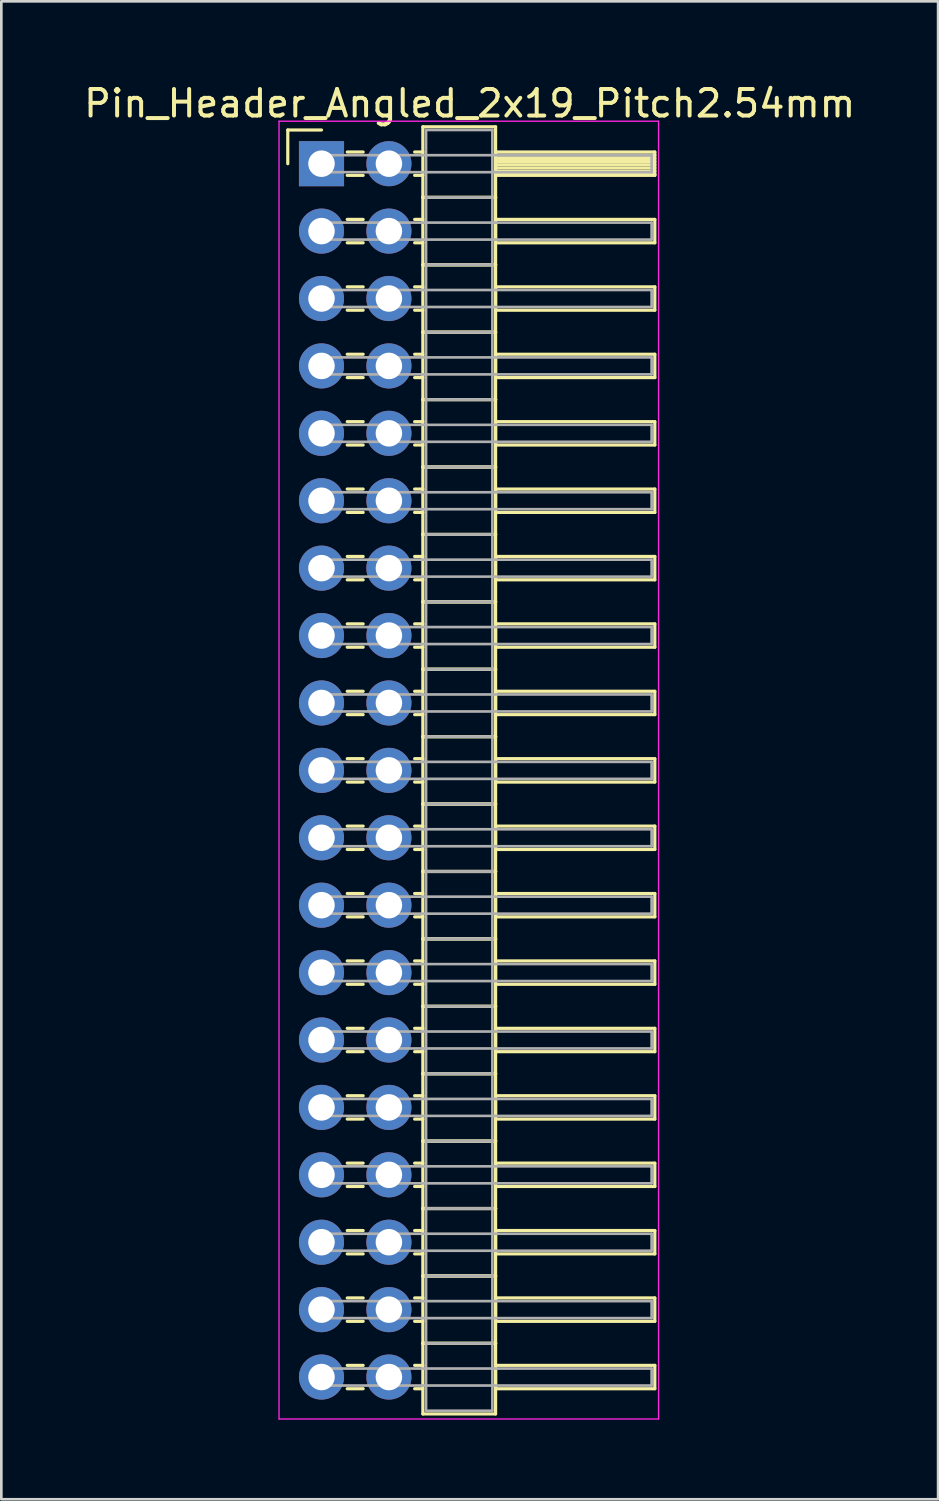
<source format=kicad_pcb>
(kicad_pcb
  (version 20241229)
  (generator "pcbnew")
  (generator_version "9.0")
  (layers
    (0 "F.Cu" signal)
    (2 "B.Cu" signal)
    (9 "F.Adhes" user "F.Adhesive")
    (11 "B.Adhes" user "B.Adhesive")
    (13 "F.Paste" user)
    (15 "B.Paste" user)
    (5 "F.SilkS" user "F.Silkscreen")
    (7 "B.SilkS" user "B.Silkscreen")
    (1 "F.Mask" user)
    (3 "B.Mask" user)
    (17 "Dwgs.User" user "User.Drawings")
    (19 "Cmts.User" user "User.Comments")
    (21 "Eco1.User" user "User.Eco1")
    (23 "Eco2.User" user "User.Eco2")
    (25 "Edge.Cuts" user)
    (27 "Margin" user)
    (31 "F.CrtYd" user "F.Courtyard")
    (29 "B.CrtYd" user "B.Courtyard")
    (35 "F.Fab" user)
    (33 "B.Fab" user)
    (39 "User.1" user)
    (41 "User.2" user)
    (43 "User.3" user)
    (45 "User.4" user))
  (footprint "Pin_Header_Angled_2x19_Pitch2.54mm"
    (layer "F.Cu")
    (at 9.064 3.118)
    (property "Reference" "Pin_Header_Angled_2x19_Pitch2.54mm" (at 5.585 -2.27 0) (layer "F.SilkS") (effects (font (size 1 1) (thickness 0.15))))
    (attr through_hole)
    (fp_line (start -1.27 -1.27) (end 0 -1.27) (stroke (width 0.12) (type solid)) (layer "F.SilkS"))
    (fp_line (start -1.27 0) (end -1.27 -1.27) (stroke (width 0.12) (type solid)) (layer "F.SilkS"))
    (fp_line (start 0.97 -0.44) (end 1.57 -0.44) (stroke (width 0.12) (type solid)) (layer "F.SilkS"))
    (fp_line (start 0.97 0.44) (end 1.57 0.44) (stroke (width 0.12) (type solid)) (layer "F.SilkS"))
    (fp_line (start 0.97 2.1) (end 1.57 2.1) (stroke (width 0.12) (type solid)) (layer "F.SilkS"))
    (fp_line (start 0.97 2.98) (end 1.57 2.98) (stroke (width 0.12) (type solid)) (layer "F.SilkS"))
    (fp_line (start 0.97 4.64) (end 1.57 4.64) (stroke (width 0.12) (type solid)) (layer "F.SilkS"))
    (fp_line (start 0.97 5.52) (end 1.57 5.52) (stroke (width 0.12) (type solid)) (layer "F.SilkS"))
    (fp_line (start 0.97 7.18) (end 1.57 7.18) (stroke (width 0.12) (type solid)) (layer "F.SilkS"))
    (fp_line (start 0.97 8.06) (end 1.57 8.06) (stroke (width 0.12) (type solid)) (layer "F.SilkS"))
    (fp_line (start 0.97 9.72) (end 1.57 9.72) (stroke (width 0.12) (type solid)) (layer "F.SilkS"))
    (fp_line (start 0.97 10.6) (end 1.57 10.6) (stroke (width 0.12) (type solid)) (layer "F.SilkS"))
    (fp_line (start 0.97 12.26) (end 1.57 12.26) (stroke (width 0.12) (type solid)) (layer "F.SilkS"))
    (fp_line (start 0.97 13.14) (end 1.57 13.14) (stroke (width 0.12) (type solid)) (layer "F.SilkS"))
    (fp_line (start 0.97 14.8) (end 1.57 14.8) (stroke (width 0.12) (type solid)) (layer "F.SilkS"))
    (fp_line (start 0.97 15.68) (end 1.57 15.68) (stroke (width 0.12) (type solid)) (layer "F.SilkS"))
    (fp_line (start 0.97 17.34) (end 1.57 17.34) (stroke (width 0.12) (type solid)) (layer "F.SilkS"))
    (fp_line (start 0.97 18.22) (end 1.57 18.22) (stroke (width 0.12) (type solid)) (layer "F.SilkS"))
    (fp_line (start 0.97 19.88) (end 1.57 19.88) (stroke (width 0.12) (type solid)) (layer "F.SilkS"))
    (fp_line (start 0.97 20.76) (end 1.57 20.76) (stroke (width 0.12) (type solid)) (layer "F.SilkS"))
    (fp_line (start 0.97 22.42) (end 1.57 22.42) (stroke (width 0.12) (type solid)) (layer "F.SilkS"))
    (fp_line (start 0.97 23.3) (end 1.57 23.3) (stroke (width 0.12) (type solid)) (layer "F.SilkS"))
    (fp_line (start 0.97 24.96) (end 1.57 24.96) (stroke (width 0.12) (type solid)) (layer "F.SilkS"))
    (fp_line (start 0.97 25.84) (end 1.57 25.84) (stroke (width 0.12) (type solid)) (layer "F.SilkS"))
    (fp_line (start 0.97 27.5) (end 1.57 27.5) (stroke (width 0.12) (type solid)) (layer "F.SilkS"))
    (fp_line (start 0.97 28.38) (end 1.57 28.38) (stroke (width 0.12) (type solid)) (layer "F.SilkS"))
    (fp_line (start 0.97 30.04) (end 1.57 30.04) (stroke (width 0.12) (type solid)) (layer "F.SilkS"))
    (fp_line (start 0.97 30.92) (end 1.57 30.92) (stroke (width 0.12) (type solid)) (layer "F.SilkS"))
    (fp_line (start 0.97 32.58) (end 1.57 32.58) (stroke (width 0.12) (type solid)) (layer "F.SilkS"))
    (fp_line (start 0.97 33.46) (end 1.57 33.46) (stroke (width 0.12) (type solid)) (layer "F.SilkS"))
    (fp_line (start 0.97 35.12) (end 1.57 35.12) (stroke (width 0.12) (type solid)) (layer "F.SilkS"))
    (fp_line (start 0.97 36) (end 1.57 36) (stroke (width 0.12) (type solid)) (layer "F.SilkS"))
    (fp_line (start 0.97 37.66) (end 1.57 37.66) (stroke (width 0.12) (type solid)) (layer "F.SilkS"))
    (fp_line (start 0.97 38.54) (end 1.57 38.54) (stroke (width 0.12) (type solid)) (layer "F.SilkS"))
    (fp_line (start 0.97 40.2) (end 1.57 40.2) (stroke (width 0.12) (type solid)) (layer "F.SilkS"))
    (fp_line (start 0.97 41.08) (end 1.57 41.08) (stroke (width 0.12) (type solid)) (layer "F.SilkS"))
    (fp_line (start 0.97 42.74) (end 1.57 42.74) (stroke (width 0.12) (type solid)) (layer "F.SilkS"))
    (fp_line (start 0.97 43.62) (end 1.57 43.62) (stroke (width 0.12) (type solid)) (layer "F.SilkS"))
    (fp_line (start 0.97 45.28) (end 1.57 45.28) (stroke (width 0.12) (type solid)) (layer "F.SilkS"))
    (fp_line (start 0.97 46.16) (end 1.57 46.16) (stroke (width 0.12) (type solid)) (layer "F.SilkS"))
    (fp_line (start 3.51 -0.44) (end 3.82 -0.44) (stroke (width 0.12) (type solid)) (layer "F.SilkS"))
    (fp_line (start 3.51 0.44) (end 3.82 0.44) (stroke (width 0.12) (type solid)) (layer "F.SilkS"))
    (fp_line (start 3.51 2.1) (end 3.82 2.1) (stroke (width 0.12) (type solid)) (layer "F.SilkS"))
    (fp_line (start 3.51 2.98) (end 3.82 2.98) (stroke (width 0.12) (type solid)) (layer "F.SilkS"))
    (fp_line (start 3.51 4.64) (end 3.82 4.64) (stroke (width 0.12) (type solid)) (layer "F.SilkS"))
    (fp_line (start 3.51 5.52) (end 3.82 5.52) (stroke (width 0.12) (type solid)) (layer "F.SilkS"))
    (fp_line (start 3.51 7.18) (end 3.82 7.18) (stroke (width 0.12) (type solid)) (layer "F.SilkS"))
    (fp_line (start 3.51 8.06) (end 3.82 8.06) (stroke (width 0.12) (type solid)) (layer "F.SilkS"))
    (fp_line (start 3.51 9.72) (end 3.82 9.72) (stroke (width 0.12) (type solid)) (layer "F.SilkS"))
    (fp_line (start 3.51 10.6) (end 3.82 10.6) (stroke (width 0.12) (type solid)) (layer "F.SilkS"))
    (fp_line (start 3.51 12.26) (end 3.82 12.26) (stroke (width 0.12) (type solid)) (layer "F.SilkS"))
    (fp_line (start 3.51 13.14) (end 3.82 13.14) (stroke (width 0.12) (type solid)) (layer "F.SilkS"))
    (fp_line (start 3.51 14.8) (end 3.82 14.8) (stroke (width 0.12) (type solid)) (layer "F.SilkS"))
    (fp_line (start 3.51 15.68) (end 3.82 15.68) (stroke (width 0.12) (type solid)) (layer "F.SilkS"))
    (fp_line (start 3.51 17.34) (end 3.82 17.34) (stroke (width 0.12) (type solid)) (layer "F.SilkS"))
    (fp_line (start 3.51 18.22) (end 3.82 18.22) (stroke (width 0.12) (type solid)) (layer "F.SilkS"))
    (fp_line (start 3.51 19.88) (end 3.82 19.88) (stroke (width 0.12) (type solid)) (layer "F.SilkS"))
    (fp_line (start 3.51 20.76) (end 3.82 20.76) (stroke (width 0.12) (type solid)) (layer "F.SilkS"))
    (fp_line (start 3.51 22.42) (end 3.82 22.42) (stroke (width 0.12) (type solid)) (layer "F.SilkS"))
    (fp_line (start 3.51 23.3) (end 3.82 23.3) (stroke (width 0.12) (type solid)) (layer "F.SilkS"))
    (fp_line (start 3.51 24.96) (end 3.82 24.96) (stroke (width 0.12) (type solid)) (layer "F.SilkS"))
    (fp_line (start 3.51 25.84) (end 3.82 25.84) (stroke (width 0.12) (type solid)) (layer "F.SilkS"))
    (fp_line (start 3.51 27.5) (end 3.82 27.5) (stroke (width 0.12) (type solid)) (layer "F.SilkS"))
    (fp_line (start 3.51 28.38) (end 3.82 28.38) (stroke (width 0.12) (type solid)) (layer "F.SilkS"))
    (fp_line (start 3.51 30.04) (end 3.82 30.04) (stroke (width 0.12) (type solid)) (layer "F.SilkS"))
    (fp_line (start 3.51 30.92) (end 3.82 30.92) (stroke (width 0.12) (type solid)) (layer "F.SilkS"))
    (fp_line (start 3.51 32.58) (end 3.82 32.58) (stroke (width 0.12) (type solid)) (layer "F.SilkS"))
    (fp_line (start 3.51 33.46) (end 3.82 33.46) (stroke (width 0.12) (type solid)) (layer "F.SilkS"))
    (fp_line (start 3.51 35.12) (end 3.82 35.12) (stroke (width 0.12) (type solid)) (layer "F.SilkS"))
    (fp_line (start 3.51 36) (end 3.82 36) (stroke (width 0.12) (type solid)) (layer "F.SilkS"))
    (fp_line (start 3.51 37.66) (end 3.82 37.66) (stroke (width 0.12) (type solid)) (layer "F.SilkS"))
    (fp_line (start 3.51 38.54) (end 3.82 38.54) (stroke (width 0.12) (type solid)) (layer "F.SilkS"))
    (fp_line (start 3.51 40.2) (end 3.82 40.2) (stroke (width 0.12) (type solid)) (layer "F.SilkS"))
    (fp_line (start 3.51 41.08) (end 3.82 41.08) (stroke (width 0.12) (type solid)) (layer "F.SilkS"))
    (fp_line (start 3.51 42.74) (end 3.82 42.74) (stroke (width 0.12) (type solid)) (layer "F.SilkS"))
    (fp_line (start 3.51 43.62) (end 3.82 43.62) (stroke (width 0.12) (type solid)) (layer "F.SilkS"))
    (fp_line (start 3.51 45.28) (end 3.82 45.28) (stroke (width 0.12) (type solid)) (layer "F.SilkS"))
    (fp_line (start 3.51 46.16) (end 3.82 46.16) (stroke (width 0.12) (type solid)) (layer "F.SilkS"))
    (fp_line (start 3.82 -1.39) (end 3.82 1.27) (stroke (width 0.12) (type solid)) (layer "F.SilkS"))
    (fp_line (start 3.82 1.27) (end 3.82 3.81) (stroke (width 0.12) (type solid)) (layer "F.SilkS"))
    (fp_line (start 3.82 1.27) (end 6.56 1.27) (stroke (width 0.12) (type solid)) (layer "F.SilkS"))
    (fp_line (start 3.82 3.81) (end 3.82 6.35) (stroke (width 0.12) (type solid)) (layer "F.SilkS"))
    (fp_line (start 3.82 3.81) (end 6.56 3.81) (stroke (width 0.12) (type solid)) (layer "F.SilkS"))
    (fp_line (start 3.82 6.35) (end 3.82 8.89) (stroke (width 0.12) (type solid)) (layer "F.SilkS"))
    (fp_line (start 3.82 6.35) (end 6.56 6.35) (stroke (width 0.12) (type solid)) (layer "F.SilkS"))
    (fp_line (start 3.82 8.89) (end 3.82 11.43) (stroke (width 0.12) (type solid)) (layer "F.SilkS"))
    (fp_line (start 3.82 8.89) (end 6.56 8.89) (stroke (width 0.12) (type solid)) (layer "F.SilkS"))
    (fp_line (start 3.82 11.43) (end 3.82 13.97) (stroke (width 0.12) (type solid)) (layer "F.SilkS"))
    (fp_line (start 3.82 11.43) (end 6.56 11.43) (stroke (width 0.12) (type solid)) (layer "F.SilkS"))
    (fp_line (start 3.82 13.97) (end 3.82 16.51) (stroke (width 0.12) (type solid)) (layer "F.SilkS"))
    (fp_line (start 3.82 13.97) (end 6.56 13.97) (stroke (width 0.12) (type solid)) (layer "F.SilkS"))
    (fp_line (start 3.82 16.51) (end 3.82 19.05) (stroke (width 0.12) (type solid)) (layer "F.SilkS"))
    (fp_line (start 3.82 16.51) (end 6.56 16.51) (stroke (width 0.12) (type solid)) (layer "F.SilkS"))
    (fp_line (start 3.82 19.05) (end 3.82 21.59) (stroke (width 0.12) (type solid)) (layer "F.SilkS"))
    (fp_line (start 3.82 19.05) (end 6.56 19.05) (stroke (width 0.12) (type solid)) (layer "F.SilkS"))
    (fp_line (start 3.82 21.59) (end 3.82 24.13) (stroke (width 0.12) (type solid)) (layer "F.SilkS"))
    (fp_line (start 3.82 21.59) (end 6.56 21.59) (stroke (width 0.12) (type solid)) (layer "F.SilkS"))
    (fp_line (start 3.82 24.13) (end 3.82 26.67) (stroke (width 0.12) (type solid)) (layer "F.SilkS"))
    (fp_line (start 3.82 24.13) (end 6.56 24.13) (stroke (width 0.12) (type solid)) (layer "F.SilkS"))
    (fp_line (start 3.82 26.67) (end 3.82 29.21) (stroke (width 0.12) (type solid)) (layer "F.SilkS"))
    (fp_line (start 3.82 26.67) (end 6.56 26.67) (stroke (width 0.12) (type solid)) (layer "F.SilkS"))
    (fp_line (start 3.82 29.21) (end 3.82 31.75) (stroke (width 0.12) (type solid)) (layer "F.SilkS"))
    (fp_line (start 3.82 29.21) (end 6.56 29.21) (stroke (width 0.12) (type solid)) (layer "F.SilkS"))
    (fp_line (start 3.82 31.75) (end 3.82 34.29) (stroke (width 0.12) (type solid)) (layer "F.SilkS"))
    (fp_line (start 3.82 31.75) (end 6.56 31.75) (stroke (width 0.12) (type solid)) (layer "F.SilkS"))
    (fp_line (start 3.82 34.29) (end 3.82 36.83) (stroke (width 0.12) (type solid)) (layer "F.SilkS"))
    (fp_line (start 3.82 34.29) (end 6.56 34.29) (stroke (width 0.12) (type solid)) (layer "F.SilkS"))
    (fp_line (start 3.82 36.83) (end 3.82 39.37) (stroke (width 0.12) (type solid)) (layer "F.SilkS"))
    (fp_line (start 3.82 36.83) (end 6.56 36.83) (stroke (width 0.12) (type solid)) (layer "F.SilkS"))
    (fp_line (start 3.82 39.37) (end 3.82 41.91) (stroke (width 0.12) (type solid)) (layer "F.SilkS"))
    (fp_line (start 3.82 39.37) (end 6.56 39.37) (stroke (width 0.12) (type solid)) (layer "F.SilkS"))
    (fp_line (start 3.82 41.91) (end 3.82 44.45) (stroke (width 0.12) (type solid)) (layer "F.SilkS"))
    (fp_line (start 3.82 41.91) (end 6.56 41.91) (stroke (width 0.12) (type solid)) (layer "F.SilkS"))
    (fp_line (start 3.82 44.45) (end 3.82 47.11) (stroke (width 0.12) (type solid)) (layer "F.SilkS"))
    (fp_line (start 3.82 44.45) (end 6.56 44.45) (stroke (width 0.12) (type solid)) (layer "F.SilkS"))
    (fp_line (start 3.82 47.11) (end 6.56 47.11) (stroke (width 0.12) (type solid)) (layer "F.SilkS"))
    (fp_line (start 6.56 -1.39) (end 3.82 -1.39) (stroke (width 0.12) (type solid)) (layer "F.SilkS"))
    (fp_line (start 6.56 -0.44) (end 6.56 0.44) (stroke (width 0.12) (type solid)) (layer "F.SilkS"))
    (fp_line (start 6.56 -0.32) (end 12.56 -0.32) (stroke (width 0.12) (type solid)) (layer "F.SilkS"))
    (fp_line (start 6.56 -0.2) (end 12.56 -0.2) (stroke (width 0.12) (type solid)) (layer "F.SilkS"))
    (fp_line (start 6.56 -0.08) (end 12.56 -0.08) (stroke (width 0.12) (type solid)) (layer "F.SilkS"))
    (fp_line (start 6.56 0.04) (end 12.56 0.04) (stroke (width 0.12) (type solid)) (layer "F.SilkS"))
    (fp_line (start 6.56 0.16) (end 12.56 0.16) (stroke (width 0.12) (type solid)) (layer "F.SilkS"))
    (fp_line (start 6.56 0.28) (end 12.56 0.28) (stroke (width 0.12) (type solid)) (layer "F.SilkS"))
    (fp_line (start 6.56 0.4) (end 12.56 0.4) (stroke (width 0.12) (type solid)) (layer "F.SilkS"))
    (fp_line (start 6.56 0.44) (end 12.56 0.44) (stroke (width 0.12) (type solid)) (layer "F.SilkS"))
    (fp_line (start 6.56 1.27) (end 3.82 1.27) (stroke (width 0.12) (type solid)) (layer "F.SilkS"))
    (fp_line (start 6.56 1.27) (end 6.56 -1.39) (stroke (width 0.12) (type solid)) (layer "F.SilkS"))
    (fp_line (start 6.56 2.1) (end 6.56 2.98) (stroke (width 0.12) (type solid)) (layer "F.SilkS"))
    (fp_line (start 6.56 2.98) (end 12.56 2.98) (stroke (width 0.12) (type solid)) (layer "F.SilkS"))
    (fp_line (start 6.56 3.81) (end 3.82 3.81) (stroke (width 0.12) (type solid)) (layer "F.SilkS"))
    (fp_line (start 6.56 3.81) (end 6.56 1.27) (stroke (width 0.12) (type solid)) (layer "F.SilkS"))
    (fp_line (start 6.56 4.64) (end 6.56 5.52) (stroke (width 0.12) (type solid)) (layer "F.SilkS"))
    (fp_line (start 6.56 5.52) (end 12.56 5.52) (stroke (width 0.12) (type solid)) (layer "F.SilkS"))
    (fp_line (start 6.56 6.35) (end 3.82 6.35) (stroke (width 0.12) (type solid)) (layer "F.SilkS"))
    (fp_line (start 6.56 6.35) (end 6.56 3.81) (stroke (width 0.12) (type solid)) (layer "F.SilkS"))
    (fp_line (start 6.56 7.18) (end 6.56 8.06) (stroke (width 0.12) (type solid)) (layer "F.SilkS"))
    (fp_line (start 6.56 8.06) (end 12.56 8.06) (stroke (width 0.12) (type solid)) (layer "F.SilkS"))
    (fp_line (start 6.56 8.89) (end 3.82 8.89) (stroke (width 0.12) (type solid)) (layer "F.SilkS"))
    (fp_line (start 6.56 8.89) (end 6.56 6.35) (stroke (width 0.12) (type solid)) (layer "F.SilkS"))
    (fp_line (start 6.56 9.72) (end 6.56 10.6) (stroke (width 0.12) (type solid)) (layer "F.SilkS"))
    (fp_line (start 6.56 10.6) (end 12.56 10.6) (stroke (width 0.12) (type solid)) (layer "F.SilkS"))
    (fp_line (start 6.56 11.43) (end 3.82 11.43) (stroke (width 0.12) (type solid)) (layer "F.SilkS"))
    (fp_line (start 6.56 11.43) (end 6.56 8.89) (stroke (width 0.12) (type solid)) (layer "F.SilkS"))
    (fp_line (start 6.56 12.26) (end 6.56 13.14) (stroke (width 0.12) (type solid)) (layer "F.SilkS"))
    (fp_line (start 6.56 13.14) (end 12.56 13.14) (stroke (width 0.12) (type solid)) (layer "F.SilkS"))
    (fp_line (start 6.56 13.97) (end 3.82 13.97) (stroke (width 0.12) (type solid)) (layer "F.SilkS"))
    (fp_line (start 6.56 13.97) (end 6.56 11.43) (stroke (width 0.12) (type solid)) (layer "F.SilkS"))
    (fp_line (start 6.56 14.8) (end 6.56 15.68) (stroke (width 0.12) (type solid)) (layer "F.SilkS"))
    (fp_line (start 6.56 15.68) (end 12.56 15.68) (stroke (width 0.12) (type solid)) (layer "F.SilkS"))
    (fp_line (start 6.56 16.51) (end 3.82 16.51) (stroke (width 0.12) (type solid)) (layer "F.SilkS"))
    (fp_line (start 6.56 16.51) (end 6.56 13.97) (stroke (width 0.12) (type solid)) (layer "F.SilkS"))
    (fp_line (start 6.56 17.34) (end 6.56 18.22) (stroke (width 0.12) (type solid)) (layer "F.SilkS"))
    (fp_line (start 6.56 18.22) (end 12.56 18.22) (stroke (width 0.12) (type solid)) (layer "F.SilkS"))
    (fp_line (start 6.56 19.05) (end 3.82 19.05) (stroke (width 0.12) (type solid)) (layer "F.SilkS"))
    (fp_line (start 6.56 19.05) (end 6.56 16.51) (stroke (width 0.12) (type solid)) (layer "F.SilkS"))
    (fp_line (start 6.56 19.88) (end 6.56 20.76) (stroke (width 0.12) (type solid)) (layer "F.SilkS"))
    (fp_line (start 6.56 20.76) (end 12.56 20.76) (stroke (width 0.12) (type solid)) (layer "F.SilkS"))
    (fp_line (start 6.56 21.59) (end 3.82 21.59) (stroke (width 0.12) (type solid)) (layer "F.SilkS"))
    (fp_line (start 6.56 21.59) (end 6.56 19.05) (stroke (width 0.12) (type solid)) (layer "F.SilkS"))
    (fp_line (start 6.56 22.42) (end 6.56 23.3) (stroke (width 0.12) (type solid)) (layer "F.SilkS"))
    (fp_line (start 6.56 23.3) (end 12.56 23.3) (stroke (width 0.12) (type solid)) (layer "F.SilkS"))
    (fp_line (start 6.56 24.13) (end 3.82 24.13) (stroke (width 0.12) (type solid)) (layer "F.SilkS"))
    (fp_line (start 6.56 24.13) (end 6.56 21.59) (stroke (width 0.12) (type solid)) (layer "F.SilkS"))
    (fp_line (start 6.56 24.96) (end 6.56 25.84) (stroke (width 0.12) (type solid)) (layer "F.SilkS"))
    (fp_line (start 6.56 25.84) (end 12.56 25.84) (stroke (width 0.12) (type solid)) (layer "F.SilkS"))
    (fp_line (start 6.56 26.67) (end 3.82 26.67) (stroke (width 0.12) (type solid)) (layer "F.SilkS"))
    (fp_line (start 6.56 26.67) (end 6.56 24.13) (stroke (width 0.12) (type solid)) (layer "F.SilkS"))
    (fp_line (start 6.56 27.5) (end 6.56 28.38) (stroke (width 0.12) (type solid)) (layer "F.SilkS"))
    (fp_line (start 6.56 28.38) (end 12.56 28.38) (stroke (width 0.12) (type solid)) (layer "F.SilkS"))
    (fp_line (start 6.56 29.21) (end 3.82 29.21) (stroke (width 0.12) (type solid)) (layer "F.SilkS"))
    (fp_line (start 6.56 29.21) (end 6.56 26.67) (stroke (width 0.12) (type solid)) (layer "F.SilkS"))
    (fp_line (start 6.56 30.04) (end 6.56 30.92) (stroke (width 0.12) (type solid)) (layer "F.SilkS"))
    (fp_line (start 6.56 30.92) (end 12.56 30.92) (stroke (width 0.12) (type solid)) (layer "F.SilkS"))
    (fp_line (start 6.56 31.75) (end 3.82 31.75) (stroke (width 0.12) (type solid)) (layer "F.SilkS"))
    (fp_line (start 6.56 31.75) (end 6.56 29.21) (stroke (width 0.12) (type solid)) (layer "F.SilkS"))
    (fp_line (start 6.56 32.58) (end 6.56 33.46) (stroke (width 0.12) (type solid)) (layer "F.SilkS"))
    (fp_line (start 6.56 33.46) (end 12.56 33.46) (stroke (width 0.12) (type solid)) (layer "F.SilkS"))
    (fp_line (start 6.56 34.29) (end 3.82 34.29) (stroke (width 0.12) (type solid)) (layer "F.SilkS"))
    (fp_line (start 6.56 34.29) (end 6.56 31.75) (stroke (width 0.12) (type solid)) (layer "F.SilkS"))
    (fp_line (start 6.56 35.12) (end 6.56 36) (stroke (width 0.12) (type solid)) (layer "F.SilkS"))
    (fp_line (start 6.56 36) (end 12.56 36) (stroke (width 0.12) (type solid)) (layer "F.SilkS"))
    (fp_line (start 6.56 36.83) (end 3.82 36.83) (stroke (width 0.12) (type solid)) (layer "F.SilkS"))
    (fp_line (start 6.56 36.83) (end 6.56 34.29) (stroke (width 0.12) (type solid)) (layer "F.SilkS"))
    (fp_line (start 6.56 37.66) (end 6.56 38.54) (stroke (width 0.12) (type solid)) (layer "F.SilkS"))
    (fp_line (start 6.56 38.54) (end 12.56 38.54) (stroke (width 0.12) (type solid)) (layer "F.SilkS"))
    (fp_line (start 6.56 39.37) (end 3.82 39.37) (stroke (width 0.12) (type solid)) (layer "F.SilkS"))
    (fp_line (start 6.56 39.37) (end 6.56 36.83) (stroke (width 0.12) (type solid)) (layer "F.SilkS"))
    (fp_line (start 6.56 40.2) (end 6.56 41.08) (stroke (width 0.12) (type solid)) (layer "F.SilkS"))
    (fp_line (start 6.56 41.08) (end 12.56 41.08) (stroke (width 0.12) (type solid)) (layer "F.SilkS"))
    (fp_line (start 6.56 41.91) (end 3.82 41.91) (stroke (width 0.12) (type solid)) (layer "F.SilkS"))
    (fp_line (start 6.56 41.91) (end 6.56 39.37) (stroke (width 0.12) (type solid)) (layer "F.SilkS"))
    (fp_line (start 6.56 42.74) (end 6.56 43.62) (stroke (width 0.12) (type solid)) (layer "F.SilkS"))
    (fp_line (start 6.56 43.62) (end 12.56 43.62) (stroke (width 0.12) (type solid)) (layer "F.SilkS"))
    (fp_line (start 6.56 44.45) (end 3.82 44.45) (stroke (width 0.12) (type solid)) (layer "F.SilkS"))
    (fp_line (start 6.56 44.45) (end 6.56 41.91) (stroke (width 0.12) (type solid)) (layer "F.SilkS"))
    (fp_line (start 6.56 45.28) (end 6.56 46.16) (stroke (width 0.12) (type solid)) (layer "F.SilkS"))
    (fp_line (start 6.56 46.16) (end 12.56 46.16) (stroke (width 0.12) (type solid)) (layer "F.SilkS"))
    (fp_line (start 6.56 47.11) (end 6.56 44.45) (stroke (width 0.12) (type solid)) (layer "F.SilkS"))
    (fp_line (start 12.56 -0.44) (end 6.56 -0.44) (stroke (width 0.12) (type solid)) (layer "F.SilkS"))
    (fp_line (start 12.56 0.44) (end 12.56 -0.44) (stroke (width 0.12) (type solid)) (layer "F.SilkS"))
    (fp_line (start 12.56 2.1) (end 6.56 2.1) (stroke (width 0.12) (type solid)) (layer "F.SilkS"))
    (fp_line (start 12.56 2.98) (end 12.56 2.1) (stroke (width 0.12) (type solid)) (layer "F.SilkS"))
    (fp_line (start 12.56 4.64) (end 6.56 4.64) (stroke (width 0.12) (type solid)) (layer "F.SilkS"))
    (fp_line (start 12.56 5.52) (end 12.56 4.64) (stroke (width 0.12) (type solid)) (layer "F.SilkS"))
    (fp_line (start 12.56 7.18) (end 6.56 7.18) (stroke (width 0.12) (type solid)) (layer "F.SilkS"))
    (fp_line (start 12.56 8.06) (end 12.56 7.18) (stroke (width 0.12) (type solid)) (layer "F.SilkS"))
    (fp_line (start 12.56 9.72) (end 6.56 9.72) (stroke (width 0.12) (type solid)) (layer "F.SilkS"))
    (fp_line (start 12.56 10.6) (end 12.56 9.72) (stroke (width 0.12) (type solid)) (layer "F.SilkS"))
    (fp_line (start 12.56 12.26) (end 6.56 12.26) (stroke (width 0.12) (type solid)) (layer "F.SilkS"))
    (fp_line (start 12.56 13.14) (end 12.56 12.26) (stroke (width 0.12) (type solid)) (layer "F.SilkS"))
    (fp_line (start 12.56 14.8) (end 6.56 14.8) (stroke (width 0.12) (type solid)) (layer "F.SilkS"))
    (fp_line (start 12.56 15.68) (end 12.56 14.8) (stroke (width 0.12) (type solid)) (layer "F.SilkS"))
    (fp_line (start 12.56 17.34) (end 6.56 17.34) (stroke (width 0.12) (type solid)) (layer "F.SilkS"))
    (fp_line (start 12.56 18.22) (end 12.56 17.34) (stroke (width 0.12) (type solid)) (layer "F.SilkS"))
    (fp_line (start 12.56 19.88) (end 6.56 19.88) (stroke (width 0.12) (type solid)) (layer "F.SilkS"))
    (fp_line (start 12.56 20.76) (end 12.56 19.88) (stroke (width 0.12) (type solid)) (layer "F.SilkS"))
    (fp_line (start 12.56 22.42) (end 6.56 22.42) (stroke (width 0.12) (type solid)) (layer "F.SilkS"))
    (fp_line (start 12.56 23.3) (end 12.56 22.42) (stroke (width 0.12) (type solid)) (layer "F.SilkS"))
    (fp_line (start 12.56 24.96) (end 6.56 24.96) (stroke (width 0.12) (type solid)) (layer "F.SilkS"))
    (fp_line (start 12.56 25.84) (end 12.56 24.96) (stroke (width 0.12) (type solid)) (layer "F.SilkS"))
    (fp_line (start 12.56 27.5) (end 6.56 27.5) (stroke (width 0.12) (type solid)) (layer "F.SilkS"))
    (fp_line (start 12.56 28.38) (end 12.56 27.5) (stroke (width 0.12) (type solid)) (layer "F.SilkS"))
    (fp_line (start 12.56 30.04) (end 6.56 30.04) (stroke (width 0.12) (type solid)) (layer "F.SilkS"))
    (fp_line (start 12.56 30.92) (end 12.56 30.04) (stroke (width 0.12) (type solid)) (layer "F.SilkS"))
    (fp_line (start 12.56 32.58) (end 6.56 32.58) (stroke (width 0.12) (type solid)) (layer "F.SilkS"))
    (fp_line (start 12.56 33.46) (end 12.56 32.58) (stroke (width 0.12) (type solid)) (layer "F.SilkS"))
    (fp_line (start 12.56 35.12) (end 6.56 35.12) (stroke (width 0.12) (type solid)) (layer "F.SilkS"))
    (fp_line (start 12.56 36) (end 12.56 35.12) (stroke (width 0.12) (type solid)) (layer "F.SilkS"))
    (fp_line (start 12.56 37.66) (end 6.56 37.66) (stroke (width 0.12) (type solid)) (layer "F.SilkS"))
    (fp_line (start 12.56 38.54) (end 12.56 37.66) (stroke (width 0.12) (type solid)) (layer "F.SilkS"))
    (fp_line (start 12.56 40.2) (end 6.56 40.2) (stroke (width 0.12) (type solid)) (layer "F.SilkS"))
    (fp_line (start 12.56 41.08) (end 12.56 40.2) (stroke (width 0.12) (type solid)) (layer "F.SilkS"))
    (fp_line (start 12.56 42.74) (end 6.56 42.74) (stroke (width 0.12) (type solid)) (layer "F.SilkS"))
    (fp_line (start 12.56 43.62) (end 12.56 42.74) (stroke (width 0.12) (type solid)) (layer "F.SilkS"))
    (fp_line (start 12.56 45.28) (end 6.56 45.28) (stroke (width 0.12) (type solid)) (layer "F.SilkS"))
    (fp_line (start 12.56 46.16) (end 12.56 45.28) (stroke (width 0.12) (type solid)) (layer "F.SilkS"))
    (fp_line (start -1.6 -1.6) (end -1.6 47.3) (stroke (width 0.05) (type solid)) (layer "F.CrtYd"))
    (fp_line (start -1.6 47.3) (end 12.7 47.3) (stroke (width 0.05) (type solid)) (layer "F.CrtYd"))
    (fp_line (start 12.7 -1.6) (end -1.6 -1.6) (stroke (width 0.05) (type solid)) (layer "F.CrtYd"))
    (fp_line (start 12.7 47.3) (end 12.7 -1.6) (stroke (width 0.05) (type solid)) (layer "F.CrtYd"))
    (fp_line (start 0 -0.32) (end 0 0.32) (stroke (width 0.1) (type solid)) (layer "F.Fab"))
    (fp_line (start 0 0.32) (end 12.44 0.32) (stroke (width 0.1) (type solid)) (layer "F.Fab"))
    (fp_line (start 0 2.22) (end 0 2.86) (stroke (width 0.1) (type solid)) (layer "F.Fab"))
    (fp_line (start 0 2.86) (end 12.44 2.86) (stroke (width 0.1) (type solid)) (layer "F.Fab"))
    (fp_line (start 0 4.76) (end 0 5.4) (stroke (width 0.1) (type solid)) (layer "F.Fab"))
    (fp_line (start 0 5.4) (end 12.44 5.4) (stroke (width 0.1) (type solid)) (layer "F.Fab"))
    (fp_line (start 0 7.3) (end 0 7.94) (stroke (width 0.1) (type solid)) (layer "F.Fab"))
    (fp_line (start 0 7.94) (end 12.44 7.94) (stroke (width 0.1) (type solid)) (layer "F.Fab"))
    (fp_line (start 0 9.84) (end 0 10.48) (stroke (width 0.1) (type solid)) (layer "F.Fab"))
    (fp_line (start 0 10.48) (end 12.44 10.48) (stroke (width 0.1) (type solid)) (layer "F.Fab"))
    (fp_line (start 0 12.38) (end 0 13.02) (stroke (width 0.1) (type solid)) (layer "F.Fab"))
    (fp_line (start 0 13.02) (end 12.44 13.02) (stroke (width 0.1) (type solid)) (layer "F.Fab"))
    (fp_line (start 0 14.92) (end 0 15.56) (stroke (width 0.1) (type solid)) (layer "F.Fab"))
    (fp_line (start 0 15.56) (end 12.44 15.56) (stroke (width 0.1) (type solid)) (layer "F.Fab"))
    (fp_line (start 0 17.46) (end 0 18.1) (stroke (width 0.1) (type solid)) (layer "F.Fab"))
    (fp_line (start 0 18.1) (end 12.44 18.1) (stroke (width 0.1) (type solid)) (layer "F.Fab"))
    (fp_line (start 0 20) (end 0 20.64) (stroke (width 0.1) (type solid)) (layer "F.Fab"))
    (fp_line (start 0 20.64) (end 12.44 20.64) (stroke (width 0.1) (type solid)) (layer "F.Fab"))
    (fp_line (start 0 22.54) (end 0 23.18) (stroke (width 0.1) (type solid)) (layer "F.Fab"))
    (fp_line (start 0 23.18) (end 12.44 23.18) (stroke (width 0.1) (type solid)) (layer "F.Fab"))
    (fp_line (start 0 25.08) (end 0 25.72) (stroke (width 0.1) (type solid)) (layer "F.Fab"))
    (fp_line (start 0 25.72) (end 12.44 25.72) (stroke (width 0.1) (type solid)) (layer "F.Fab"))
    (fp_line (start 0 27.62) (end 0 28.26) (stroke (width 0.1) (type solid)) (layer "F.Fab"))
    (fp_line (start 0 28.26) (end 12.44 28.26) (stroke (width 0.1) (type solid)) (layer "F.Fab"))
    (fp_line (start 0 30.16) (end 0 30.8) (stroke (width 0.1) (type solid)) (layer "F.Fab"))
    (fp_line (start 0 30.8) (end 12.44 30.8) (stroke (width 0.1) (type solid)) (layer "F.Fab"))
    (fp_line (start 0 32.7) (end 0 33.34) (stroke (width 0.1) (type solid)) (layer "F.Fab"))
    (fp_line (start 0 33.34) (end 12.44 33.34) (stroke (width 0.1) (type solid)) (layer "F.Fab"))
    (fp_line (start 0 35.24) (end 0 35.88) (stroke (width 0.1) (type solid)) (layer "F.Fab"))
    (fp_line (start 0 35.88) (end 12.44 35.88) (stroke (width 0.1) (type solid)) (layer "F.Fab"))
    (fp_line (start 0 37.78) (end 0 38.42) (stroke (width 0.1) (type solid)) (layer "F.Fab"))
    (fp_line (start 0 38.42) (end 12.44 38.42) (stroke (width 0.1) (type solid)) (layer "F.Fab"))
    (fp_line (start 0 40.32) (end 0 40.96) (stroke (width 0.1) (type solid)) (layer "F.Fab"))
    (fp_line (start 0 40.96) (end 12.44 40.96) (stroke (width 0.1) (type solid)) (layer "F.Fab"))
    (fp_line (start 0 42.86) (end 0 43.5) (stroke (width 0.1) (type solid)) (layer "F.Fab"))
    (fp_line (start 0 43.5) (end 12.44 43.5) (stroke (width 0.1) (type solid)) (layer "F.Fab"))
    (fp_line (start 0 45.4) (end 0 46.04) (stroke (width 0.1) (type solid)) (layer "F.Fab"))
    (fp_line (start 0 46.04) (end 12.44 46.04) (stroke (width 0.1) (type solid)) (layer "F.Fab"))
    (fp_line (start 3.94 -1.27) (end 3.94 1.27) (stroke (width 0.1) (type solid)) (layer "F.Fab"))
    (fp_line (start 3.94 1.27) (end 3.94 3.81) (stroke (width 0.1) (type solid)) (layer "F.Fab"))
    (fp_line (start 3.94 1.27) (end 6.44 1.27) (stroke (width 0.1) (type solid)) (layer "F.Fab"))
    (fp_line (start 3.94 3.81) (end 3.94 6.35) (stroke (width 0.1) (type solid)) (layer "F.Fab"))
    (fp_line (start 3.94 3.81) (end 6.44 3.81) (stroke (width 0.1) (type solid)) (layer "F.Fab"))
    (fp_line (start 3.94 6.35) (end 3.94 8.89) (stroke (width 0.1) (type solid)) (layer "F.Fab"))
    (fp_line (start 3.94 6.35) (end 6.44 6.35) (stroke (width 0.1) (type solid)) (layer "F.Fab"))
    (fp_line (start 3.94 8.89) (end 3.94 11.43) (stroke (width 0.1) (type solid)) (layer "F.Fab"))
    (fp_line (start 3.94 8.89) (end 6.44 8.89) (stroke (width 0.1) (type solid)) (layer "F.Fab"))
    (fp_line (start 3.94 11.43) (end 3.94 13.97) (stroke (width 0.1) (type solid)) (layer "F.Fab"))
    (fp_line (start 3.94 11.43) (end 6.44 11.43) (stroke (width 0.1) (type solid)) (layer "F.Fab"))
    (fp_line (start 3.94 13.97) (end 3.94 16.51) (stroke (width 0.1) (type solid)) (layer "F.Fab"))
    (fp_line (start 3.94 13.97) (end 6.44 13.97) (stroke (width 0.1) (type solid)) (layer "F.Fab"))
    (fp_line (start 3.94 16.51) (end 3.94 19.05) (stroke (width 0.1) (type solid)) (layer "F.Fab"))
    (fp_line (start 3.94 16.51) (end 6.44 16.51) (stroke (width 0.1) (type solid)) (layer "F.Fab"))
    (fp_line (start 3.94 19.05) (end 3.94 21.59) (stroke (width 0.1) (type solid)) (layer "F.Fab"))
    (fp_line (start 3.94 19.05) (end 6.44 19.05) (stroke (width 0.1) (type solid)) (layer "F.Fab"))
    (fp_line (start 3.94 21.59) (end 3.94 24.13) (stroke (width 0.1) (type solid)) (layer "F.Fab"))
    (fp_line (start 3.94 21.59) (end 6.44 21.59) (stroke (width 0.1) (type solid)) (layer "F.Fab"))
    (fp_line (start 3.94 24.13) (end 3.94 26.67) (stroke (width 0.1) (type solid)) (layer "F.Fab"))
    (fp_line (start 3.94 24.13) (end 6.44 24.13) (stroke (width 0.1) (type solid)) (layer "F.Fab"))
    (fp_line (start 3.94 26.67) (end 3.94 29.21) (stroke (width 0.1) (type solid)) (layer "F.Fab"))
    (fp_line (start 3.94 26.67) (end 6.44 26.67) (stroke (width 0.1) (type solid)) (layer "F.Fab"))
    (fp_line (start 3.94 29.21) (end 3.94 31.75) (stroke (width 0.1) (type solid)) (layer "F.Fab"))
    (fp_line (start 3.94 29.21) (end 6.44 29.21) (stroke (width 0.1) (type solid)) (layer "F.Fab"))
    (fp_line (start 3.94 31.75) (end 3.94 34.29) (stroke (width 0.1) (type solid)) (layer "F.Fab"))
    (fp_line (start 3.94 31.75) (end 6.44 31.75) (stroke (width 0.1) (type solid)) (layer "F.Fab"))
    (fp_line (start 3.94 34.29) (end 3.94 36.83) (stroke (width 0.1) (type solid)) (layer "F.Fab"))
    (fp_line (start 3.94 34.29) (end 6.44 34.29) (stroke (width 0.1) (type solid)) (layer "F.Fab"))
    (fp_line (start 3.94 36.83) (end 3.94 39.37) (stroke (width 0.1) (type solid)) (layer "F.Fab"))
    (fp_line (start 3.94 36.83) (end 6.44 36.83) (stroke (width 0.1) (type solid)) (layer "F.Fab"))
    (fp_line (start 3.94 39.37) (end 3.94 41.91) (stroke (width 0.1) (type solid)) (layer "F.Fab"))
    (fp_line (start 3.94 39.37) (end 6.44 39.37) (stroke (width 0.1) (type solid)) (layer "F.Fab"))
    (fp_line (start 3.94 41.91) (end 3.94 44.45) (stroke (width 0.1) (type solid)) (layer "F.Fab"))
    (fp_line (start 3.94 41.91) (end 6.44 41.91) (stroke (width 0.1) (type solid)) (layer "F.Fab"))
    (fp_line (start 3.94 44.45) (end 3.94 46.99) (stroke (width 0.1) (type solid)) (layer "F.Fab"))
    (fp_line (start 3.94 44.45) (end 6.44 44.45) (stroke (width 0.1) (type solid)) (layer "F.Fab"))
    (fp_line (start 3.94 46.99) (end 6.44 46.99) (stroke (width 0.1) (type solid)) (layer "F.Fab"))
    (fp_line (start 6.44 -1.27) (end 3.94 -1.27) (stroke (width 0.1) (type solid)) (layer "F.Fab"))
    (fp_line (start 6.44 1.27) (end 3.94 1.27) (stroke (width 0.1) (type solid)) (layer "F.Fab"))
    (fp_line (start 6.44 1.27) (end 6.44 -1.27) (stroke (width 0.1) (type solid)) (layer "F.Fab"))
    (fp_line (start 6.44 3.81) (end 3.94 3.81) (stroke (width 0.1) (type solid)) (layer "F.Fab"))
    (fp_line (start 6.44 3.81) (end 6.44 1.27) (stroke (width 0.1) (type solid)) (layer "F.Fab"))
    (fp_line (start 6.44 6.35) (end 3.94 6.35) (stroke (width 0.1) (type solid)) (layer "F.Fab"))
    (fp_line (start 6.44 6.35) (end 6.44 3.81) (stroke (width 0.1) (type solid)) (layer "F.Fab"))
    (fp_line (start 6.44 8.89) (end 3.94 8.89) (stroke (width 0.1) (type solid)) (layer "F.Fab"))
    (fp_line (start 6.44 8.89) (end 6.44 6.35) (stroke (width 0.1) (type solid)) (layer "F.Fab"))
    (fp_line (start 6.44 11.43) (end 3.94 11.43) (stroke (width 0.1) (type solid)) (layer "F.Fab"))
    (fp_line (start 6.44 11.43) (end 6.44 8.89) (stroke (width 0.1) (type solid)) (layer "F.Fab"))
    (fp_line (start 6.44 13.97) (end 3.94 13.97) (stroke (width 0.1) (type solid)) (layer "F.Fab"))
    (fp_line (start 6.44 13.97) (end 6.44 11.43) (stroke (width 0.1) (type solid)) (layer "F.Fab"))
    (fp_line (start 6.44 16.51) (end 3.94 16.51) (stroke (width 0.1) (type solid)) (layer "F.Fab"))
    (fp_line (start 6.44 16.51) (end 6.44 13.97) (stroke (width 0.1) (type solid)) (layer "F.Fab"))
    (fp_line (start 6.44 19.05) (end 3.94 19.05) (stroke (width 0.1) (type solid)) (layer "F.Fab"))
    (fp_line (start 6.44 19.05) (end 6.44 16.51) (stroke (width 0.1) (type solid)) (layer "F.Fab"))
    (fp_line (start 6.44 21.59) (end 3.94 21.59) (stroke (width 0.1) (type solid)) (layer "F.Fab"))
    (fp_line (start 6.44 21.59) (end 6.44 19.05) (stroke (width 0.1) (type solid)) (layer "F.Fab"))
    (fp_line (start 6.44 24.13) (end 3.94 24.13) (stroke (width 0.1) (type solid)) (layer "F.Fab"))
    (fp_line (start 6.44 24.13) (end 6.44 21.59) (stroke (width 0.1) (type solid)) (layer "F.Fab"))
    (fp_line (start 6.44 26.67) (end 3.94 26.67) (stroke (width 0.1) (type solid)) (layer "F.Fab"))
    (fp_line (start 6.44 26.67) (end 6.44 24.13) (stroke (width 0.1) (type solid)) (layer "F.Fab"))
    (fp_line (start 6.44 29.21) (end 3.94 29.21) (stroke (width 0.1) (type solid)) (layer "F.Fab"))
    (fp_line (start 6.44 29.21) (end 6.44 26.67) (stroke (width 0.1) (type solid)) (layer "F.Fab"))
    (fp_line (start 6.44 31.75) (end 3.94 31.75) (stroke (width 0.1) (type solid)) (layer "F.Fab"))
    (fp_line (start 6.44 31.75) (end 6.44 29.21) (stroke (width 0.1) (type solid)) (layer "F.Fab"))
    (fp_line (start 6.44 34.29) (end 3.94 34.29) (stroke (width 0.1) (type solid)) (layer "F.Fab"))
    (fp_line (start 6.44 34.29) (end 6.44 31.75) (stroke (width 0.1) (type solid)) (layer "F.Fab"))
    (fp_line (start 6.44 36.83) (end 3.94 36.83) (stroke (width 0.1) (type solid)) (layer "F.Fab"))
    (fp_line (start 6.44 36.83) (end 6.44 34.29) (stroke (width 0.1) (type solid)) (layer "F.Fab"))
    (fp_line (start 6.44 39.37) (end 3.94 39.37) (stroke (width 0.1) (type solid)) (layer "F.Fab"))
    (fp_line (start 6.44 39.37) (end 6.44 36.83) (stroke (width 0.1) (type solid)) (layer "F.Fab"))
    (fp_line (start 6.44 41.91) (end 3.94 41.91) (stroke (width 0.1) (type solid)) (layer "F.Fab"))
    (fp_line (start 6.44 41.91) (end 6.44 39.37) (stroke (width 0.1) (type solid)) (layer "F.Fab"))
    (fp_line (start 6.44 44.45) (end 3.94 44.45) (stroke (width 0.1) (type solid)) (layer "F.Fab"))
    (fp_line (start 6.44 44.45) (end 6.44 41.91) (stroke (width 0.1) (type solid)) (layer "F.Fab"))
    (fp_line (start 6.44 46.99) (end 6.44 44.45) (stroke (width 0.1) (type solid)) (layer "F.Fab"))
    (fp_line (start 12.44 -0.32) (end 0 -0.32) (stroke (width 0.1) (type solid)) (layer "F.Fab"))
    (fp_line (start 12.44 0.32) (end 12.44 -0.32) (stroke (width 0.1) (type solid)) (layer "F.Fab"))
    (fp_line (start 12.44 2.22) (end 0 2.22) (stroke (width 0.1) (type solid)) (layer "F.Fab"))
    (fp_line (start 12.44 2.86) (end 12.44 2.22) (stroke (width 0.1) (type solid)) (layer "F.Fab"))
    (fp_line (start 12.44 4.76) (end 0 4.76) (stroke (width 0.1) (type solid)) (layer "F.Fab"))
    (fp_line (start 12.44 5.4) (end 12.44 4.76) (stroke (width 0.1) (type solid)) (layer "F.Fab"))
    (fp_line (start 12.44 7.3) (end 0 7.3) (stroke (width 0.1) (type solid)) (layer "F.Fab"))
    (fp_line (start 12.44 7.94) (end 12.44 7.3) (stroke (width 0.1) (type solid)) (layer "F.Fab"))
    (fp_line (start 12.44 9.84) (end 0 9.84) (stroke (width 0.1) (type solid)) (layer "F.Fab"))
    (fp_line (start 12.44 10.48) (end 12.44 9.84) (stroke (width 0.1) (type solid)) (layer "F.Fab"))
    (fp_line (start 12.44 12.38) (end 0 12.38) (stroke (width 0.1) (type solid)) (layer "F.Fab"))
    (fp_line (start 12.44 13.02) (end 12.44 12.38) (stroke (width 0.1) (type solid)) (layer "F.Fab"))
    (fp_line (start 12.44 14.92) (end 0 14.92) (stroke (width 0.1) (type solid)) (layer "F.Fab"))
    (fp_line (start 12.44 15.56) (end 12.44 14.92) (stroke (width 0.1) (type solid)) (layer "F.Fab"))
    (fp_line (start 12.44 17.46) (end 0 17.46) (stroke (width 0.1) (type solid)) (layer "F.Fab"))
    (fp_line (start 12.44 18.1) (end 12.44 17.46) (stroke (width 0.1) (type solid)) (layer "F.Fab"))
    (fp_line (start 12.44 20) (end 0 20) (stroke (width 0.1) (type solid)) (layer "F.Fab"))
    (fp_line (start 12.44 20.64) (end 12.44 20) (stroke (width 0.1) (type solid)) (layer "F.Fab"))
    (fp_line (start 12.44 22.54) (end 0 22.54) (stroke (width 0.1) (type solid)) (layer "F.Fab"))
    (fp_line (start 12.44 23.18) (end 12.44 22.54) (stroke (width 0.1) (type solid)) (layer "F.Fab"))
    (fp_line (start 12.44 25.08) (end 0 25.08) (stroke (width 0.1) (type solid)) (layer "F.Fab"))
    (fp_line (start 12.44 25.72) (end 12.44 25.08) (stroke (width 0.1) (type solid)) (layer "F.Fab"))
    (fp_line (start 12.44 27.62) (end 0 27.62) (stroke (width 0.1) (type solid)) (layer "F.Fab"))
    (fp_line (start 12.44 28.26) (end 12.44 27.62) (stroke (width 0.1) (type solid)) (layer "F.Fab"))
    (fp_line (start 12.44 30.16) (end 0 30.16) (stroke (width 0.1) (type solid)) (layer "F.Fab"))
    (fp_line (start 12.44 30.8) (end 12.44 30.16) (stroke (width 0.1) (type solid)) (layer "F.Fab"))
    (fp_line (start 12.44 32.7) (end 0 32.7) (stroke (width 0.1) (type solid)) (layer "F.Fab"))
    (fp_line (start 12.44 33.34) (end 12.44 32.7) (stroke (width 0.1) (type solid)) (layer "F.Fab"))
    (fp_line (start 12.44 35.24) (end 0 35.24) (stroke (width 0.1) (type solid)) (layer "F.Fab"))
    (fp_line (start 12.44 35.88) (end 12.44 35.24) (stroke (width 0.1) (type solid)) (layer "F.Fab"))
    (fp_line (start 12.44 37.78) (end 0 37.78) (stroke (width 0.1) (type solid)) (layer "F.Fab"))
    (fp_line (start 12.44 38.42) (end 12.44 37.78) (stroke (width 0.1) (type solid)) (layer "F.Fab"))
    (fp_line (start 12.44 40.32) (end 0 40.32) (stroke (width 0.1) (type solid)) (layer "F.Fab"))
    (fp_line (start 12.44 40.96) (end 12.44 40.32) (stroke (width 0.1) (type solid)) (layer "F.Fab"))
    (fp_line (start 12.44 42.86) (end 0 42.86) (stroke (width 0.1) (type solid)) (layer "F.Fab"))
    (fp_line (start 12.44 43.5) (end 12.44 42.86) (stroke (width 0.1) (type solid)) (layer "F.Fab"))
    (fp_line (start 12.44 45.4) (end 0 45.4) (stroke (width 0.1) (type solid)) (layer "F.Fab"))
    (fp_line (start 12.44 46.04) (end 12.44 45.4) (stroke (width 0.1) (type solid)) (layer "F.Fab"))
    (pad "1" thru_hole rect (at 0 0) (size 1.7 1.7) (drill 1) (layers "*.Cu" "*.Mask"))
    (pad "2" thru_hole oval (at 2.54 0) (size 1.7 1.7) (drill 1) (layers "*.Cu" "*.Mask"))
    (pad "3" thru_hole oval (at 0 2.54) (size 1.7 1.7) (drill 1) (layers "*.Cu" "*.Mask"))
    (pad "4" thru_hole oval (at 2.54 2.54) (size 1.7 1.7) (drill 1) (layers "*.Cu" "*.Mask"))
    (pad "5" thru_hole oval (at 0 5.08) (size 1.7 1.7) (drill 1) (layers "*.Cu" "*.Mask"))
    (pad "6" thru_hole oval (at 2.54 5.08) (size 1.7 1.7) (drill 1) (layers "*.Cu" "*.Mask"))
    (pad "7" thru_hole oval (at 0 7.62) (size 1.7 1.7) (drill 1) (layers "*.Cu" "*.Mask"))
    (pad "8" thru_hole oval (at 2.54 7.62) (size 1.7 1.7) (drill 1) (layers "*.Cu" "*.Mask"))
    (pad "9" thru_hole oval (at 0 10.16) (size 1.7 1.7) (drill 1) (layers "*.Cu" "*.Mask"))
    (pad "10" thru_hole oval (at 2.54 10.16) (size 1.7 1.7) (drill 1) (layers "*.Cu" "*.Mask"))
    (pad "11" thru_hole oval (at 0 12.7) (size 1.7 1.7) (drill 1) (layers "*.Cu" "*.Mask"))
    (pad "12" thru_hole oval (at 2.54 12.7) (size 1.7 1.7) (drill 1) (layers "*.Cu" "*.Mask"))
    (pad "13" thru_hole oval (at 0 15.24) (size 1.7 1.7) (drill 1) (layers "*.Cu" "*.Mask"))
    (pad "14" thru_hole oval (at 2.54 15.24) (size 1.7 1.7) (drill 1) (layers "*.Cu" "*.Mask"))
    (pad "15" thru_hole oval (at 0 17.78) (size 1.7 1.7) (drill 1) (layers "*.Cu" "*.Mask"))
    (pad "16" thru_hole oval (at 2.54 17.78) (size 1.7 1.7) (drill 1) (layers "*.Cu" "*.Mask"))
    (pad "17" thru_hole oval (at 0 20.32) (size 1.7 1.7) (drill 1) (layers "*.Cu" "*.Mask"))
    (pad "18" thru_hole oval (at 2.54 20.32) (size 1.7 1.7) (drill 1) (layers "*.Cu" "*.Mask"))
    (pad "19" thru_hole oval (at 0 22.86) (size 1.7 1.7) (drill 1) (layers "*.Cu" "*.Mask"))
    (pad "20" thru_hole oval (at 2.54 22.86) (size 1.7 1.7) (drill 1) (layers "*.Cu" "*.Mask"))
    (pad "21" thru_hole oval (at 0 25.4) (size 1.7 1.7) (drill 1) (layers "*.Cu" "*.Mask"))
    (pad "22" thru_hole oval (at 2.54 25.4) (size 1.7 1.7) (drill 1) (layers "*.Cu" "*.Mask"))
    (pad "23" thru_hole oval (at 0 27.94) (size 1.7 1.7) (drill 1) (layers "*.Cu" "*.Mask"))
    (pad "24" thru_hole oval (at 2.54 27.94) (size 1.7 1.7) (drill 1) (layers "*.Cu" "*.Mask"))
    (pad "25" thru_hole oval (at 0 30.48) (size 1.7 1.7) (drill 1) (layers "*.Cu" "*.Mask"))
    (pad "26" thru_hole oval (at 2.54 30.48) (size 1.7 1.7) (drill 1) (layers "*.Cu" "*.Mask"))
    (pad "27" thru_hole oval (at 0 33.02) (size 1.7 1.7) (drill 1) (layers "*.Cu" "*.Mask"))
    (pad "28" thru_hole oval (at 2.54 33.02) (size 1.7 1.7) (drill 1) (layers "*.Cu" "*.Mask"))
    (pad "29" thru_hole oval (at 0 35.56) (size 1.7 1.7) (drill 1) (layers "*.Cu" "*.Mask"))
    (pad "30" thru_hole oval (at 2.54 35.56) (size 1.7 1.7) (drill 1) (layers "*.Cu" "*.Mask"))
    (pad "31" thru_hole oval (at 0 38.1) (size 1.7 1.7) (drill 1) (layers "*.Cu" "*.Mask"))
    (pad "32" thru_hole oval (at 2.54 38.1) (size 1.7 1.7) (drill 1) (layers "*.Cu" "*.Mask"))
    (pad "33" thru_hole oval (at 0 40.64) (size 1.7 1.7) (drill 1) (layers "*.Cu" "*.Mask"))
    (pad "34" thru_hole oval (at 2.54 40.64) (size 1.7 1.7) (drill 1) (layers "*.Cu" "*.Mask"))
    (pad "35" thru_hole oval (at 0 43.18) (size 1.7 1.7) (drill 1) (layers "*.Cu" "*.Mask"))
    (pad "36" thru_hole oval (at 2.54 43.18) (size 1.7 1.7) (drill 1) (layers "*.Cu" "*.Mask"))
    (pad "37" thru_hole oval (at 0 45.72) (size 1.7 1.7) (drill 1) (layers "*.Cu" "*.Mask"))
    (pad "38" thru_hole oval (at 2.54 45.72) (size 1.7 1.7) (drill 1) (layers "*.Cu" "*.Mask")))
  (gr_rect
    (start -3 -3)
    (end 32.298 53.443)
    (stroke (width 0.1) (type default))
    (fill no)
    (layer "Edge.Cuts")))
</source>
